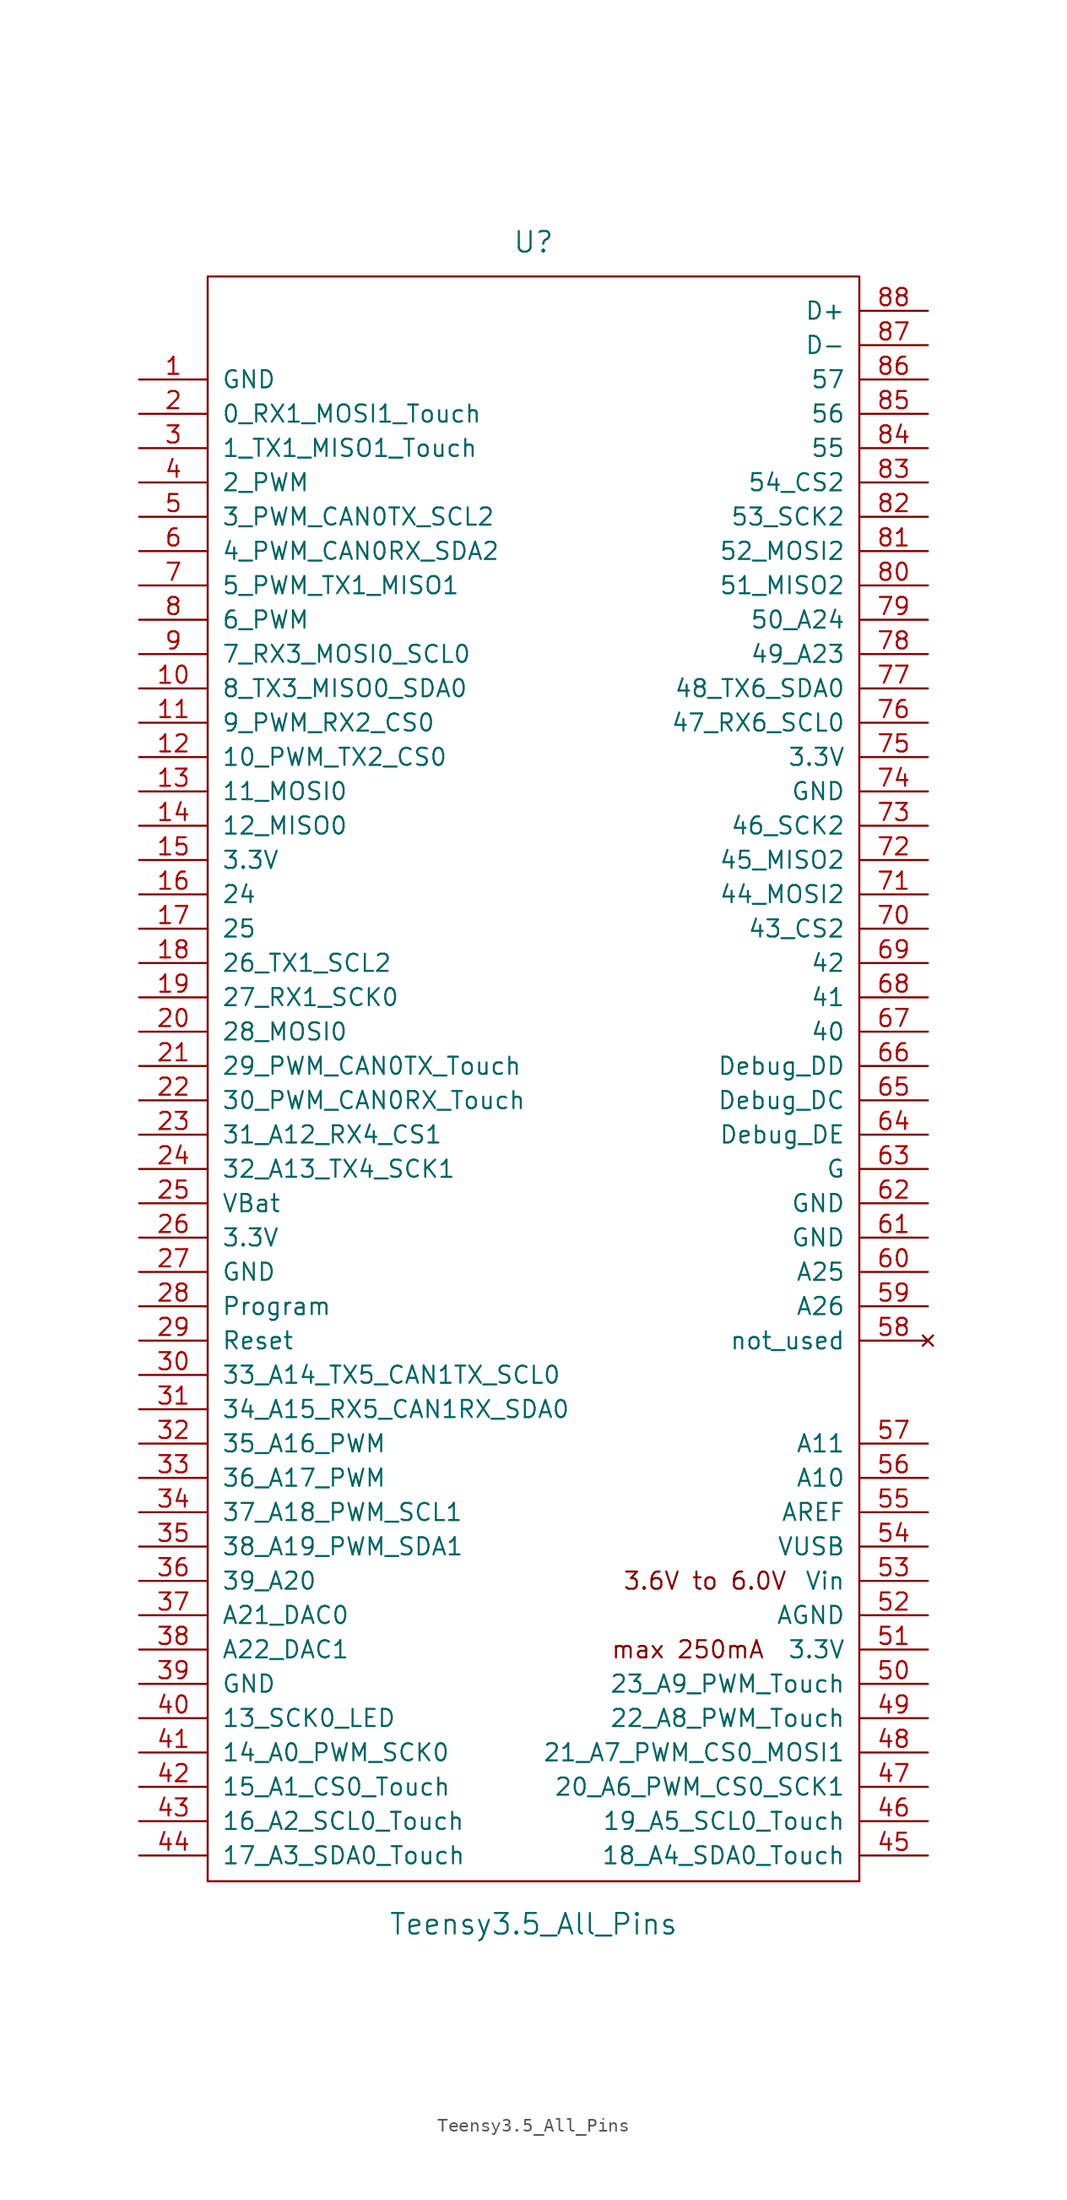
<source format=kicad_sym>
(kicad_symbol_lib
  (version 20211014)
  (generator kicad_symbol_editor)
  (symbol "Teensy3.5_All_Pins"
    (pin_names
      (offset 1.016))
    (property "Reference" "U"
      (at 0 64.77 0)
      (effects (font (size 1.524 1.524))))
    (property "Value" "Teensy3.5_All_Pins"
      (at 0 -59.69 0)
      (effects (font (size 1.524 1.524))))
    (property "Footprint" ""
      (at -2.54 62.23 0)
      (effects (font (size 1.524 1.524))))
    (symbol "Teensy3.5_All_Pins_0_0"
      (text "3.6V to 6.0V" (at 12.7 -34.29 0) (effects (font (size 1.27 1.27))))
      (text "max 250mA" (at 11.43 -39.37 0) (effects (font (size 1.27 1.27)))))
    (symbol "Teensy3.5_All_Pins_0_1"
      (rectangle (start -24.13 62.23) (end 24.13 -56.515) (stroke (width 0) (type default) (color 0 0 0 0)) (fill (type none))))
    (symbol "Teensy3.5_All_Pins_1_1"
      (pin power_in line (at -29.21 54.61 0) (length 5.08) (name "GND" (effects (font (size 1.27 1.27)))) (number "1" (effects (font (size 1.27 1.27)))))
      (pin bidirectional line (at -29.21 31.75 0) (length 5.08) (name "8_TX3_MISO0_SDA0" (effects (font (size 1.27 1.27)))) (number "10" (effects (font (size 1.27 1.27)))))
      (pin bidirectional line (at -29.21 29.21 0) (length 5.08) (name "9_PWM_RX2_CS0" (effects (font (size 1.27 1.27)))) (number "11" (effects (font (size 1.27 1.27)))))
      (pin bidirectional line (at -29.21 26.67 0) (length 5.08) (name "10_PWM_TX2_CS0" (effects (font (size 1.27 1.27)))) (number "12" (effects (font (size 1.27 1.27)))))
      (pin bidirectional line (at -29.21 24.13 0) (length 5.08) (name "11_MOSI0" (effects (font (size 1.27 1.27)))) (number "13" (effects (font (size 1.27 1.27)))))
      (pin bidirectional line (at -29.21 21.59 0) (length 5.08) (name "12_MISO0" (effects (font (size 1.27 1.27)))) (number "14" (effects (font (size 1.27 1.27)))))
      (pin power_out line (at -29.21 19.05 0) (length 5.08) (name "3.3V" (effects (font (size 1.27 1.27)))) (number "15" (effects (font (size 1.27 1.27)))))
      (pin bidirectional line (at -29.21 16.51 0) (length 5.08) (name "24" (effects (font (size 1.27 1.27)))) (number "16" (effects (font (size 1.27 1.27)))))
      (pin bidirectional line (at -29.21 13.97 0) (length 5.08) (name "25" (effects (font (size 1.27 1.27)))) (number "17" (effects (font (size 1.27 1.27)))))
      (pin bidirectional line (at -29.21 11.43 0) (length 5.08) (name "26_TX1_SCL2" (effects (font (size 1.27 1.27)))) (number "18" (effects (font (size 1.27 1.27)))))
      (pin bidirectional line (at -29.21 8.89 0) (length 5.08) (name "27_RX1_SCK0" (effects (font (size 1.27 1.27)))) (number "19" (effects (font (size 1.27 1.27)))))
      (pin bidirectional line (at -29.21 52.07 0) (length 5.08) (name "0_RX1_MOSI1_Touch" (effects (font (size 1.27 1.27)))) (number "2" (effects (font (size 1.27 1.27)))))
      (pin bidirectional line (at -29.21 6.35 0) (length 5.08) (name "28_MOSI0" (effects (font (size 1.27 1.27)))) (number "20" (effects (font (size 1.27 1.27)))))
      (pin bidirectional line (at -29.21 3.81 0) (length 5.08) (name "29_PWM_CAN0TX_Touch" (effects (font (size 1.27 1.27)))) (number "21" (effects (font (size 1.27 1.27)))))
      (pin bidirectional line (at -29.21 1.27 0) (length 5.08) (name "30_PWM_CAN0RX_Touch" (effects (font (size 1.27 1.27)))) (number "22" (effects (font (size 1.27 1.27)))))
      (pin bidirectional line (at -29.21 -1.27 0) (length 5.08) (name "31_A12_RX4_CS1" (effects (font (size 1.27 1.27)))) (number "23" (effects (font (size 1.27 1.27)))))
      (pin bidirectional line (at -29.21 -3.81 0) (length 5.08) (name "32_A13_TX4_SCK1" (effects (font (size 1.27 1.27)))) (number "24" (effects (font (size 1.27 1.27)))))
      (pin power_in line (at -29.21 -6.35 0) (length 5.08) (name "VBat" (effects (font (size 1.27 1.27)))) (number "25" (effects (font (size 1.27 1.27)))))
      (pin power_in line (at -29.21 -8.89 0) (length 5.08) (name "3.3V" (effects (font (size 1.27 1.27)))) (number "26" (effects (font (size 1.27 1.27)))))
      (pin power_in line (at -29.21 -11.43 0) (length 5.08) (name "GND" (effects (font (size 1.27 1.27)))) (number "27" (effects (font (size 1.27 1.27)))))
      (pin input line (at -29.21 -13.97 0) (length 5.08) (name "Program" (effects (font (size 1.27 1.27)))) (number "28" (effects (font (size 1.27 1.27)))))
      (pin input line (at -29.21 -16.51 0) (length 5.08) (name "Reset" (effects (font (size 1.27 1.27)))) (number "29" (effects (font (size 1.27 1.27)))))
      (pin bidirectional line (at -29.21 49.53 0) (length 5.08) (name "1_TX1_MISO1_Touch" (effects (font (size 1.27 1.27)))) (number "3" (effects (font (size 1.27 1.27)))))
      (pin bidirectional line (at -29.21 -19.05 0) (length 5.08) (name "33_A14_TX5_CAN1TX_SCL0" (effects (font (size 1.27 1.27)))) (number "30" (effects (font (size 1.27 1.27)))))
      (pin bidirectional line (at -29.21 -21.59 0) (length 5.08) (name "34_A15_RX5_CAN1RX_SDA0" (effects (font (size 1.27 1.27)))) (number "31" (effects (font (size 1.27 1.27)))))
      (pin bidirectional line (at -29.21 -24.13 0) (length 5.08) (name "35_A16_PWM" (effects (font (size 1.27 1.27)))) (number "32" (effects (font (size 1.27 1.27)))))
      (pin bidirectional line (at -29.21 -26.67 0) (length 5.08) (name "36_A17_PWM" (effects (font (size 1.27 1.27)))) (number "33" (effects (font (size 1.27 1.27)))))
      (pin bidirectional line (at -29.21 -29.21 0) (length 5.08) (name "37_A18_PWM_SCL1" (effects (font (size 1.27 1.27)))) (number "34" (effects (font (size 1.27 1.27)))))
      (pin bidirectional line (at -29.21 -31.75 0) (length 5.08) (name "38_A19_PWM_SDA1" (effects (font (size 1.27 1.27)))) (number "35" (effects (font (size 1.27 1.27)))))
      (pin bidirectional line (at -29.21 -34.29 0) (length 5.08) (name "39_A20" (effects (font (size 1.27 1.27)))) (number "36" (effects (font (size 1.27 1.27)))))
      (pin bidirectional line (at -29.21 -36.83 0) (length 5.08) (name "A21_DAC0" (effects (font (size 1.27 1.27)))) (number "37" (effects (font (size 1.27 1.27)))))
      (pin bidirectional line (at -29.21 -39.37 0) (length 5.08) (name "A22_DAC1" (effects (font (size 1.27 1.27)))) (number "38" (effects (font (size 1.27 1.27)))))
      (pin power_in line (at -29.21 -41.91 0) (length 5.08) (name "GND" (effects (font (size 1.27 1.27)))) (number "39" (effects (font (size 1.27 1.27)))))
      (pin bidirectional line (at -29.21 46.99 0) (length 5.08) (name "2_PWM" (effects (font (size 1.27 1.27)))) (number "4" (effects (font (size 1.27 1.27)))))
      (pin bidirectional line (at -29.21 -44.45 0) (length 5.08) (name "13_SCK0_LED" (effects (font (size 1.27 1.27)))) (number "40" (effects (font (size 1.27 1.27)))))
      (pin bidirectional line (at -29.21 -46.99 0) (length 5.08) (name "14_A0_PWM_SCK0" (effects (font (size 1.27 1.27)))) (number "41" (effects (font (size 1.27 1.27)))))
      (pin bidirectional line (at -29.21 -49.53 0) (length 5.08) (name "15_A1_CS0_Touch" (effects (font (size 1.27 1.27)))) (number "42" (effects (font (size 1.27 1.27)))))
      (pin bidirectional line (at -29.21 -52.07 0) (length 5.08) (name "16_A2_SCL0_Touch" (effects (font (size 1.27 1.27)))) (number "43" (effects (font (size 1.27 1.27)))))
      (pin bidirectional line (at -29.21 -54.61 0) (length 5.08) (name "17_A3_SDA0_Touch" (effects (font (size 1.27 1.27)))) (number "44" (effects (font (size 1.27 1.27)))))
      (pin bidirectional line (at 29.21 -54.61 180) (length 5.08) (name "18_A4_SDA0_Touch" (effects (font (size 1.27 1.27)))) (number "45" (effects (font (size 1.27 1.27)))))
      (pin bidirectional line (at 29.21 -52.07 180) (length 5.08) (name "19_A5_SCL0_Touch" (effects (font (size 1.27 1.27)))) (number "46" (effects (font (size 1.27 1.27)))))
      (pin bidirectional line (at 29.21 -49.53 180) (length 5.08) (name "20_A6_PWM_CS0_SCK1" (effects (font (size 1.27 1.27)))) (number "47" (effects (font (size 1.27 1.27)))))
      (pin bidirectional line (at 29.21 -46.99 180) (length 5.08) (name "21_A7_PWM_CS0_MOSI1" (effects (font (size 1.27 1.27)))) (number "48" (effects (font (size 1.27 1.27)))))
      (pin bidirectional line (at 29.21 -44.45 180) (length 5.08) (name "22_A8_PWM_Touch" (effects (font (size 1.27 1.27)))) (number "49" (effects (font (size 1.27 1.27)))))
      (pin bidirectional line (at -29.21 44.45 0) (length 5.08) (name "3_PWM_CAN0TX_SCL2" (effects (font (size 1.27 1.27)))) (number "5" (effects (font (size 1.27 1.27)))))
      (pin bidirectional line (at 29.21 -41.91 180) (length 5.08) (name "23_A9_PWM_Touch" (effects (font (size 1.27 1.27)))) (number "50" (effects (font (size 1.27 1.27)))))
      (pin power_out line (at 29.21 -39.37 180) (length 5.08) (name "3.3V" (effects (font (size 1.27 1.27)))) (number "51" (effects (font (size 1.27 1.27)))))
      (pin power_out line (at 29.21 -36.83 180) (length 5.08) (name "AGND" (effects (font (size 1.27 1.27)))) (number "52" (effects (font (size 1.27 1.27)))))
      (pin power_in line (at 29.21 -34.29 180) (length 5.08) (name "Vin" (effects (font (size 1.27 1.27)))) (number "53" (effects (font (size 1.27 1.27)))))
      (pin power_in line (at 29.21 -31.75 180) (length 5.08) (name "VUSB" (effects (font (size 1.27 1.27)))) (number "54" (effects (font (size 1.27 1.27)))))
      (pin input line (at 29.21 -29.21 180) (length 5.08) (name "AREF" (effects (font (size 1.27 1.27)))) (number "55" (effects (font (size 1.27 1.27)))))
      (pin bidirectional line (at 29.21 -26.67 180) (length 5.08) (name "A10" (effects (font (size 1.27 1.27)))) (number "56" (effects (font (size 1.27 1.27)))))
      (pin bidirectional line (at 29.21 -24.13 180) (length 5.08) (name "A11" (effects (font (size 1.27 1.27)))) (number "57" (effects (font (size 1.27 1.27)))))
      (pin no_connect line (at 29.21 -16.51 180) (length 5.08) (name "not_used" (effects (font (size 1.27 1.27)))) (number "58" (effects (font (size 1.27 1.27)))))
      (pin bidirectional line (at 29.21 -13.97 180) (length 5.08) (name "A26" (effects (font (size 1.27 1.27)))) (number "59" (effects (font (size 1.27 1.27)))))
      (pin bidirectional line (at -29.21 41.91 0) (length 5.08) (name "4_PWM_CAN0RX_SDA2" (effects (font (size 1.27 1.27)))) (number "6" (effects (font (size 1.27 1.27)))))
      (pin bidirectional line (at 29.21 -11.43 180) (length 5.08) (name "A25" (effects (font (size 1.27 1.27)))) (number "60" (effects (font (size 1.27 1.27)))))
      (pin power_in line (at 29.21 -8.89 180) (length 5.08) (name "GND" (effects (font (size 1.27 1.27)))) (number "61" (effects (font (size 1.27 1.27)))))
      (pin power_in line (at 29.21 -6.35 180) (length 5.08) (name "GND" (effects (font (size 1.27 1.27)))) (number "62" (effects (font (size 1.27 1.27)))))
      (pin power_in line (at 29.21 -3.81 180) (length 5.08) (name "G" (effects (font (size 1.27 1.27)))) (number "63" (effects (font (size 1.27 1.27)))))
      (pin input line (at 29.21 -1.27 180) (length 5.08) (name "Debug_DE" (effects (font (size 1.27 1.27)))) (number "64" (effects (font (size 1.27 1.27)))))
      (pin input line (at 29.21 1.27 180) (length 5.08) (name "Debug_DC" (effects (font (size 1.27 1.27)))) (number "65" (effects (font (size 1.27 1.27)))))
      (pin input line (at 29.21 3.81 180) (length 5.08) (name "Debug_DD" (effects (font (size 1.27 1.27)))) (number "66" (effects (font (size 1.27 1.27)))))
      (pin bidirectional line (at 29.21 6.35 180) (length 5.08) (name "40" (effects (font (size 1.27 1.27)))) (number "67" (effects (font (size 1.27 1.27)))))
      (pin bidirectional line (at 29.21 8.89 180) (length 5.08) (name "41" (effects (font (size 1.27 1.27)))) (number "68" (effects (font (size 1.27 1.27)))))
      (pin bidirectional line (at 29.21 11.43 180) (length 5.08) (name "42" (effects (font (size 1.27 1.27)))) (number "69" (effects (font (size 1.27 1.27)))))
      (pin bidirectional line (at -29.21 39.37 0) (length 5.08) (name "5_PWM_TX1_MISO1" (effects (font (size 1.27 1.27)))) (number "7" (effects (font (size 1.27 1.27)))))
      (pin bidirectional line (at 29.21 13.97 180) (length 5.08) (name "43_CS2" (effects (font (size 1.27 1.27)))) (number "70" (effects (font (size 1.27 1.27)))))
      (pin bidirectional line (at 29.21 16.51 180) (length 5.08) (name "44_MOSI2" (effects (font (size 1.27 1.27)))) (number "71" (effects (font (size 1.27 1.27)))))
      (pin bidirectional line (at 29.21 19.05 180) (length 5.08) (name "45_MISO2" (effects (font (size 1.27 1.27)))) (number "72" (effects (font (size 1.27 1.27)))))
      (pin bidirectional line (at 29.21 21.59 180) (length 5.08) (name "46_SCK2" (effects (font (size 1.27 1.27)))) (number "73" (effects (font (size 1.27 1.27)))))
      (pin power_in line (at 29.21 24.13 180) (length 5.08) (name "GND" (effects (font (size 1.27 1.27)))) (number "74" (effects (font (size 1.27 1.27)))))
      (pin power_in line (at 29.21 26.67 180) (length 5.08) (name "3.3V" (effects (font (size 1.27 1.27)))) (number "75" (effects (font (size 1.27 1.27)))))
      (pin bidirectional line (at 29.21 29.21 180) (length 5.08) (name "47_RX6_SCL0" (effects (font (size 1.27 1.27)))) (number "76" (effects (font (size 1.27 1.27)))))
      (pin bidirectional line (at 29.21 31.75 180) (length 5.08) (name "48_TX6_SDA0" (effects (font (size 1.27 1.27)))) (number "77" (effects (font (size 1.27 1.27)))))
      (pin bidirectional line (at 29.21 34.29 180) (length 5.08) (name "49_A23" (effects (font (size 1.27 1.27)))) (number "78" (effects (font (size 1.27 1.27)))))
      (pin bidirectional line (at 29.21 36.83 180) (length 5.08) (name "50_A24" (effects (font (size 1.27 1.27)))) (number "79" (effects (font (size 1.27 1.27)))))
      (pin bidirectional line (at -29.21 36.83 0) (length 5.08) (name "6_PWM" (effects (font (size 1.27 1.27)))) (number "8" (effects (font (size 1.27 1.27)))))
      (pin bidirectional line (at 29.21 39.37 180) (length 5.08) (name "51_MISO2" (effects (font (size 1.27 1.27)))) (number "80" (effects (font (size 1.27 1.27)))))
      (pin bidirectional line (at 29.21 41.91 180) (length 5.08) (name "52_MOSI2" (effects (font (size 1.27 1.27)))) (number "81" (effects (font (size 1.27 1.27)))))
      (pin bidirectional line (at 29.21 44.45 180) (length 5.08) (name "53_SCK2" (effects (font (size 1.27 1.27)))) (number "82" (effects (font (size 1.27 1.27)))))
      (pin bidirectional line (at 29.21 46.99 180) (length 5.08) (name "54_CS2" (effects (font (size 1.27 1.27)))) (number "83" (effects (font (size 1.27 1.27)))))
      (pin bidirectional line (at 29.21 49.53 180) (length 5.08) (name "55" (effects (font (size 1.27 1.27)))) (number "84" (effects (font (size 1.27 1.27)))))
      (pin bidirectional line (at 29.21 52.07 180) (length 5.08) (name "56" (effects (font (size 1.27 1.27)))) (number "85" (effects (font (size 1.27 1.27)))))
      (pin bidirectional line (at 29.21 54.61 180) (length 5.08) (name "57" (effects (font (size 1.27 1.27)))) (number "86" (effects (font (size 1.27 1.27)))))
      (pin input line (at 29.21 57.15 180) (length 5.08) (name "D-" (effects (font (size 1.27 1.27)))) (number "87" (effects (font (size 1.27 1.27)))))
      (pin input line (at 29.21 59.69 180) (length 5.08) (name "D+" (effects (font (size 1.27 1.27)))) (number "88" (effects (font (size 1.27 1.27)))))
      (pin bidirectional line (at -29.21 34.29 0) (length 5.08) (name "7_RX3_MOSI0_SCL0" (effects (font (size 1.27 1.27)))) (number "9" (effects (font (size 1.27 1.27))))))))
</source>
